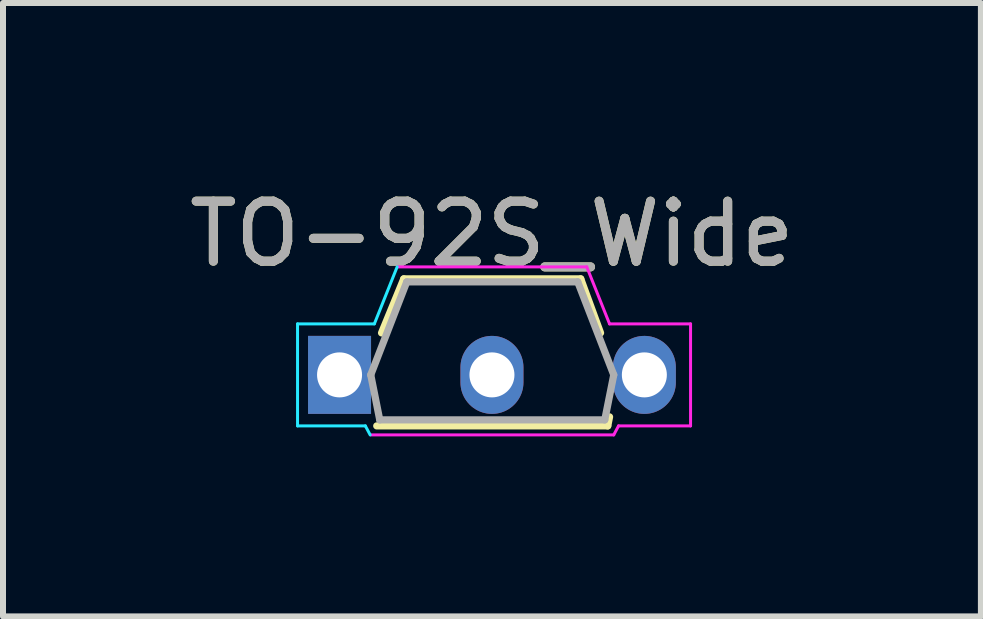
<source format=kicad_pcb>
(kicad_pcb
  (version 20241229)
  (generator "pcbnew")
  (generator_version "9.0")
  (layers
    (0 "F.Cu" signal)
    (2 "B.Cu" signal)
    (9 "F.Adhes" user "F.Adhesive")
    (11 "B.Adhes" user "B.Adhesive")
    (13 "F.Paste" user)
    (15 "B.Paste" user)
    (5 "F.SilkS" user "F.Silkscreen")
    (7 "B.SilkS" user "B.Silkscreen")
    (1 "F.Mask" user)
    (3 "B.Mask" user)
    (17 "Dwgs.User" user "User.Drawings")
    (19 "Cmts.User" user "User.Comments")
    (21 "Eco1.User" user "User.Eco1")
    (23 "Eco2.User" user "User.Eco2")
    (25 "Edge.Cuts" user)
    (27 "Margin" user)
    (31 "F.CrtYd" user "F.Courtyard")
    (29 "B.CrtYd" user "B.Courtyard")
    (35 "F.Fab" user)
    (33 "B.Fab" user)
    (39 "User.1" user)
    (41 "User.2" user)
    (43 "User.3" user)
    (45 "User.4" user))
  (footprint "TO-92S_Wide"
    (layer "F.Cu")
    (at 2.609 3.198)
    (property "Reference" "TO-92S_Wide" (at 2.54 -2.35 0) (layer "F.SilkS") (effects (font (size 1 1) (thickness 0.15))))
    (attr through_hole)
    (fp_line (start 0.62 0.85) (end 4.47 0.85) (stroke (width 0.12) (type solid)) (layer "F.SilkS"))
    (fp_line (start 1.07 -1.6) (end 0.7 -0.7) (stroke (width 0.12) (type solid)) (layer "F.SilkS"))
    (fp_line (start 4.02 -1.6) (end 1.07 -1.6) (stroke (width 0.12) (type solid)) (layer "F.SilkS"))
    (fp_line (start 4.35 -0.7) (end 4.02 -1.6) (stroke (width 0.12) (type solid)) (layer "F.SilkS"))
    (fp_line (start 4.47 0.85) (end 4.5 0.7) (stroke (width 0.12) (type solid)) (layer "F.SilkS"))
    (fp_line (start -0.7 -0.85) (end -0.7 0.85) (stroke (width 0.05) (type solid)) (layer "B.CrtYd"))
    (fp_line (start -0.7 0.85) (end 0.43 0.85) (stroke (width 0.05) (type solid)) (layer "B.CrtYd"))
    (fp_line (start 0.51 1) (end 0.43 0.85) (stroke (width 0.05) (type solid)) (layer "B.CrtYd"))
    (fp_line (start 0.58 -0.85) (end -0.7 -0.85) (stroke (width 0.05) (type solid)) (layer "B.CrtYd"))
    (fp_line (start 0.58 -0.85) (end 0.96 -1.8) (stroke (width 0.05) (type solid)) (layer "B.CrtYd"))
    (fp_line (start 0.52 1) (end 4.57 1) (stroke (width 0.05) (type solid)) (layer "F.CrtYd"))
    (fp_line (start 4.12 -1.8) (end 0.97 -1.8) (stroke (width 0.05) (type solid)) (layer "F.CrtYd"))
    (fp_line (start 4.5 -0.85) (end 4.12 -1.8) (stroke (width 0.05) (type solid)) (layer "F.CrtYd"))
    (fp_line (start 4.5 -0.85) (end 5.85 -0.85) (stroke (width 0.05) (type solid)) (layer "F.CrtYd"))
    (fp_line (start 4.57 1) (end 4.65 0.85) (stroke (width 0.05) (type solid)) (layer "F.CrtYd"))
    (fp_line (start 5.85 -0.85) (end 5.85 0.85) (stroke (width 0.05) (type solid)) (layer "F.CrtYd"))
    (fp_line (start 5.85 0.85) (end 4.65 0.85) (stroke (width 0.05) (type solid)) (layer "F.CrtYd"))
    (fp_line (start 0.52 0) (end 1.12 -1.55) (stroke (width 0.12) (type solid)) (layer "F.Fab"))
    (fp_line (start 0.67 0.75) (end 0.52 0) (stroke (width 0.12) (type solid)) (layer "F.Fab"))
    (fp_line (start 0.67 0.75) (end 4.42 0.75) (stroke (width 0.12) (type solid)) (layer "F.Fab"))
    (fp_line (start 1.12 -1.55) (end 3.97 -1.55) (stroke (width 0.12) (type solid)) (layer "F.Fab"))
    (fp_line (start 4.42 0.75) (end 4.57 0) (stroke (width 0.12) (type solid)) (layer "F.Fab"))
    (fp_line (start 4.57 0) (end 3.97 -1.55) (stroke (width 0.12) (type solid)) (layer "F.Fab"))
    (fp_text user "${REFERENCE}" (at 2.54 -2.35 0) (layer "F.Fab") (effects (font (size 1 1) (thickness 0.15))))
    (pad "1" thru_hole rect (at 0 0 180) (size 1.05 1.3) (drill 0.75) (layers "*.Cu" "*.Mask"))
    (pad "2" thru_hole oval (at 2.54 0 180) (size 1.05 1.3) (drill 0.75) (layers "*.Cu" "*.Mask"))
    (pad "3" thru_hole oval (at 5.08 0 180) (size 1.05 1.3) (drill 0.75) (layers "*.Cu" "*.Mask")))
  (gr_rect
    (start -3 -3)
    (end 13.298 7.223)
    (stroke (width 0.1) (type default))
    (fill no)
    (layer "Edge.Cuts")))
</source>
